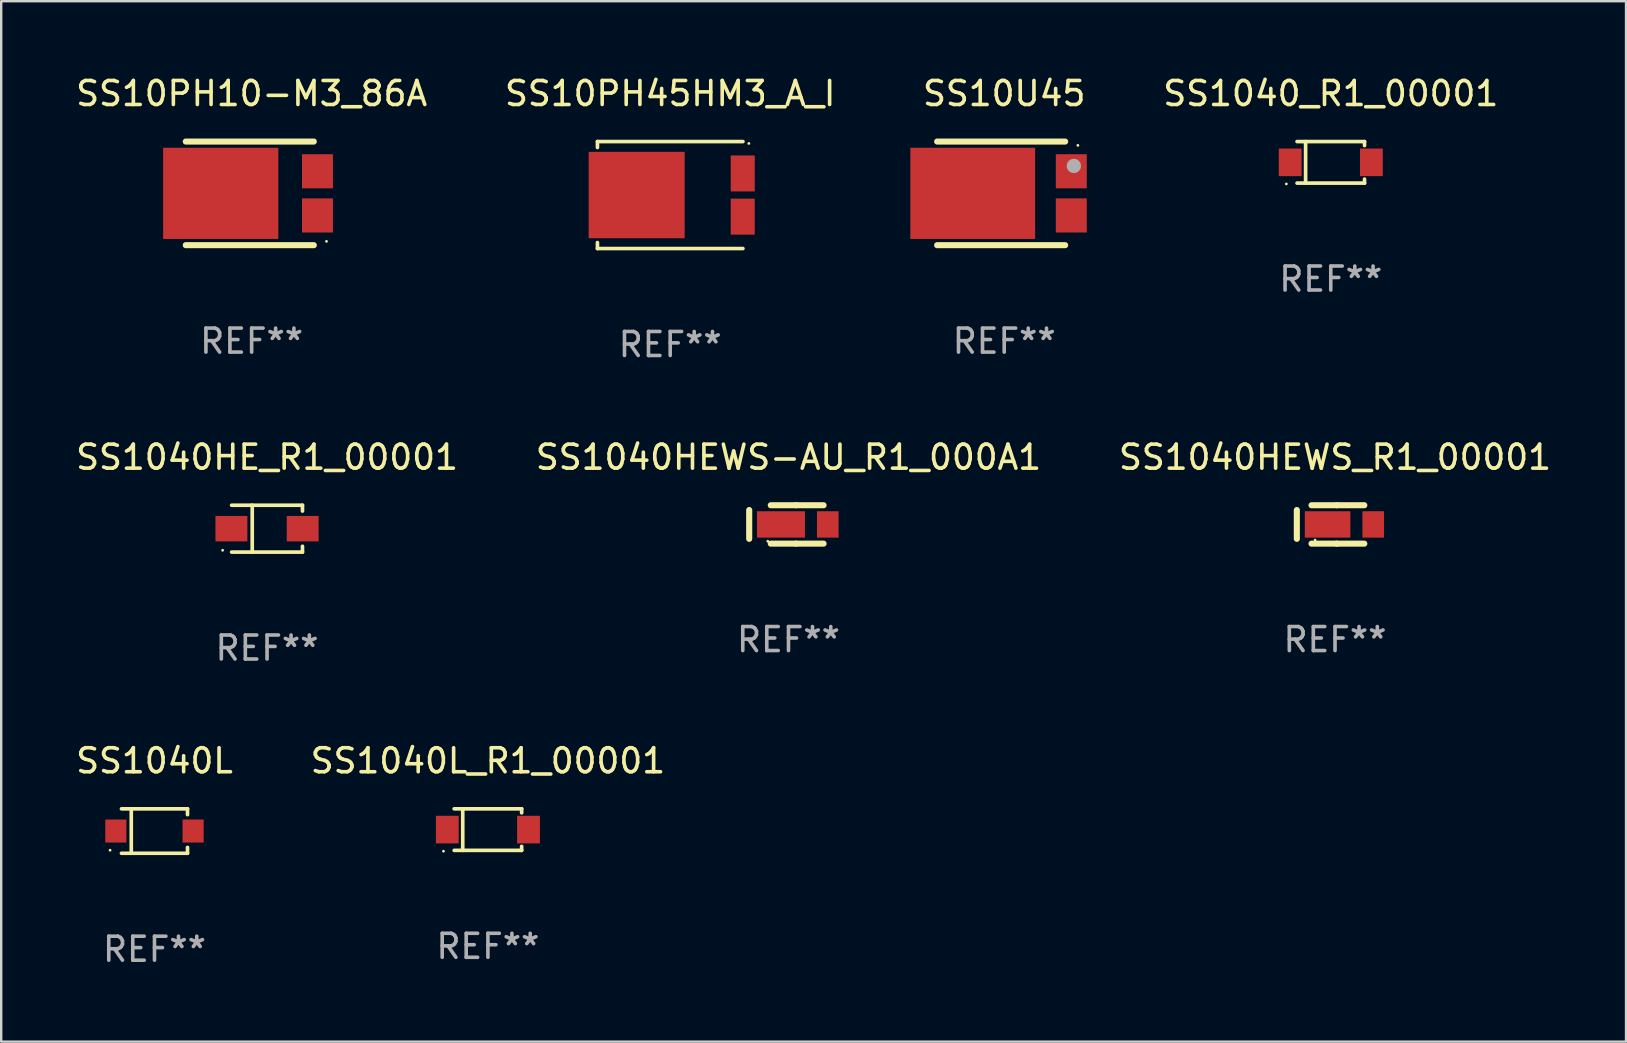
<source format=kicad_pcb>
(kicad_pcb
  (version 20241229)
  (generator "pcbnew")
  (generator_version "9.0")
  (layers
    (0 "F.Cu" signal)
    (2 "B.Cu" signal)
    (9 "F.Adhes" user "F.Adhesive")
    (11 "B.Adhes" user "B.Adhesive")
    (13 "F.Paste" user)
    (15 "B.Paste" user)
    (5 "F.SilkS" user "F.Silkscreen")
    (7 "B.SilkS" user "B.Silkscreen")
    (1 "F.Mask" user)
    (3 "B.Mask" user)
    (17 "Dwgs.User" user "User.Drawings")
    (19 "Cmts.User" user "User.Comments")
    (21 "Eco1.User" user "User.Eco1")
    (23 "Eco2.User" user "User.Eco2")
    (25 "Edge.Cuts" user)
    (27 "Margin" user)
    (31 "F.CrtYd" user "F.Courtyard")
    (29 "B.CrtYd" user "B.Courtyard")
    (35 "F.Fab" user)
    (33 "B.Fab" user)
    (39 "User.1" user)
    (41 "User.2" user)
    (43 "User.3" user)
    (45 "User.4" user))
  (footprint "SS10PH10-M3_86A"
    (layer "F.Cu")
    (at 7.435 5.007)
    (property "Reference" "SS10PH10-M3_86A" (at 0 -4.159 0) (layer "F.SilkS") (effects (font (size 1 1) (thickness 0.15))))
    (attr through_hole)
    (fp_line (start -2.744 2.159) (end 2.59 2.159) (stroke (width 0.254) (type solid)) (layer "F.SilkS"))
    (fp_line (start 2.59 -2.159) (end -2.744 -2.159) (stroke (width 0.254) (type solid)) (layer "F.SilkS"))
    (fp_circle (center 3.119 2) (end 3.149 2) (stroke (width 0.06) (type solid)) (fill no) (layer "F.SilkS"))
    (fp_text user "REF**" (at 0 6.159 0) (layer "F.Fab") (effects (font (size 1 1) (thickness 0.15))))
    (pad "1" smd rect (at 2.744 0.92) (size 1.29 1.422) (layers "F.Cu" "F.Mask" "F.Paste"))
    (pad "2" smd rect (at -1.288 0 90) (size 3.8 4.8) (layers "F.Cu" "F.Mask" "F.Paste"))
    (pad "3" smd rect (at 2.744 -0.92) (size 1.29 1.422) (layers "F.Cu" "F.Mask" "F.Paste")))
  (footprint "SS1040HEWS-AU_R1_000A1"
    (layer "F.Cu")
    (at 29.804 18.802)
    (property "Reference" "SS1040HEWS-AU_R1_000A1" (at 0 -2.8 0) (layer "F.SilkS") (effects (font (size 1 1) (thickness 0.15))))
    (attr through_hole)
    (fp_line (start -1.637 -0.6) (end -1.637 0.6) (stroke (width 0.254) (type solid)) (layer "F.SilkS"))
    (fp_line (start -0.738 -0.8) (end 0.314 -0.8) (stroke (width 0.254) (type solid)) (layer "F.SilkS"))
    (fp_line (start -0.738 0.8) (end 0.314 0.8) (stroke (width 0.254) (type solid)) (layer "F.SilkS"))
    (fp_line (start 0.314 0.8) (end 1.462 0.8) (stroke (width 0.254) (type solid)) (layer "F.SilkS"))
    (fp_line (start 0.314 -0.8) (end 1.462 -0.8) (stroke (width 0.254) (type solid)) (layer "F.SilkS"))
    (fp_circle (center -0.862 0.7) (end -0.832 0.7) (stroke (width 0.06) (type solid)) (fill no) (layer "F.SilkS"))
    (fp_text user "REF**" (at 0 4.8 0) (layer "F.Fab") (effects (font (size 1 1) (thickness 0.15))))
    (pad "1" smd rect (at -0.313 -0.000064) (size 2 1.1) (layers "F.Cu" "F.Mask" "F.Paste"))
    (pad "2" smd rect (at 1.637 -0.000064) (size 0.9 1.1) (layers "F.Cu" "F.Mask" "F.Paste")))
  (footprint "SS10PH45HM3_A_I"
    (layer "F.Cu")
    (at 24.875 5.077)
    (property "Reference" "SS10PH45HM3_A_I" (at 0 -4.229 0) (layer "F.SilkS") (effects (font (size 1 1) (thickness 0.15))))
    (attr through_hole)
    (fp_line (start -3.031 -2.229) (end -3.031 -1.98) (stroke (width 0.152) (type solid)) (layer "F.SilkS"))
    (fp_line (start -3.031 1.98) (end -3.031 2.229) (stroke (width 0.152) (type solid)) (layer "F.SilkS"))
    (fp_line (start 3.031 -2.229) (end -3.031 -2.229) (stroke (width 0.152) (type solid)) (layer "F.SilkS"))
    (fp_line (start 3.031 2.229) (end -3.031 2.229) (stroke (width 0.152) (type solid)) (layer "F.SilkS"))
    (fp_circle (center 3.278 -2.15) (end 3.308 -2.15) (stroke (width 0.06) (type solid)) (fill no) (layer "F.SilkS"))
    (fp_text user "REF**" (at 0 6.229 0) (layer "F.Fab") (effects (font (size 1 1) (thickness 0.15))))
    (pad "1" smd rect (at 3.023 -0.9) (size 1 1.5) (layers "F.Cu" "F.Mask" "F.Paste"))
    (pad "2" smd rect (at 3.023 0.9) (size 1 1.5) (layers "F.Cu" "F.Mask" "F.Paste"))
    (pad "3" smd rect (at -1.397 0) (size 4 3.6) (layers "F.Cu" "F.Mask" "F.Paste")))
  (footprint "SS1040_R1_00001"
    (layer "F.Cu")
    (at 52.4 3.714)
    (property "Reference" "SS1040_R1_00001" (at 0 -2.866 0) (layer "F.SilkS") (effects (font (size 1 1) (thickness 0.15))))
    (attr through_hole)
    (fp_line (start -1.406 -0.866) (end 1.406 -0.866) (stroke (width 0.152) (type solid)) (layer "F.SilkS"))
    (fp_line (start -1.406 0.866) (end 1.406 0.866) (stroke (width 0.152) (type solid)) (layer "F.SilkS"))
    (fp_line (start -1.049 -0.866) (end -1.049 0.866) (stroke (width 0.152) (type solid)) (layer "F.SilkS"))
    (fp_line (start 1.406 -0.866) (end 1.406 -0.698) (stroke (width 0.152) (type solid)) (layer "F.SilkS"))
    (fp_line (start 1.406 0.866) (end 1.406 0.698) (stroke (width 0.152) (type solid)) (layer "F.SilkS"))
    (fp_circle (center -1.851 0.9) (end -1.821 0.9) (stroke (width 0.06) (type solid)) (fill no) (layer "F.SilkS"))
    (fp_text user "REF**" (at 0 4.866 0) (layer "F.Fab") (effects (font (size 1 1) (thickness 0.15))))
    (pad "1" smd rect (at -1.692 0) (size 0.95 1.15) (layers "F.Cu" "F.Mask" "F.Paste"))
    (pad "2" smd rect (at 1.692 0) (size 0.95 1.15) (layers "F.Cu" "F.Mask" "F.Paste")))
  (footprint "SS1040L"
    (layer "F.Cu")
    (at 3.387 31.577)
    (property "Reference" "SS1040L" (at 0 -2.926 0) (layer "F.SilkS") (effects (font (size 1 1) (thickness 0.15))))
    (attr through_hole)
    (fp_line (start -1.376 -0.926) (end 1.376 -0.926) (stroke (width 0.152) (type solid)) (layer "F.SilkS"))
    (fp_line (start -1.376 0.926) (end 1.376 0.926) (stroke (width 0.152) (type solid)) (layer "F.SilkS"))
    (fp_line (start -0.967 -0.926) (end -0.967 0.926) (stroke (width 0.152) (type solid)) (layer "F.SilkS"))
    (fp_line (start 1.376 -0.926) (end 1.376 -0.683) (stroke (width 0.152) (type solid)) (layer "F.SilkS"))
    (fp_line (start 1.376 0.926) (end 1.376 0.683) (stroke (width 0.152) (type solid)) (layer "F.SilkS"))
    (fp_circle (center -1.85 0.8) (end -1.82 0.8) (stroke (width 0.06) (type solid)) (fill no) (layer "F.SilkS"))
    (fp_text user "REF**" (at 0 4.926 0) (layer "F.Fab") (effects (font (size 1 1) (thickness 0.15))))
    (pad "1" smd rect (at -1.61 0) (size 0.88 0.96) (layers "F.Cu" "F.Mask" "F.Paste"))
    (pad "2" smd rect (at 1.61 0) (size 0.88 0.96) (layers "F.Cu" "F.Mask" "F.Paste")))
  (footprint "SS10U45"
    (layer "F.Cu")
    (at 38.793 5.007)
    (property "Reference" "SS10U45" (at 0 -4.159 0) (layer "F.SilkS") (effects (font (size 1 1) (thickness 0.15))))
    (attr through_hole)
    (fp_line (start -2.795 2.159) (end 2.539 2.159) (stroke (width 0.254) (type solid)) (layer "F.SilkS"))
    (fp_line (start 2.539 -2.159) (end -2.795 -2.159) (stroke (width 0.254) (type solid)) (layer "F.SilkS"))
    (fp_circle (center 3.069 -2) (end 3.099 -2) (stroke (width 0.06) (type solid)) (fill no) (layer "F.SilkS"))
    (fp_circle (center 2.901 -1.143) (end 3.051 -1.143) (stroke (width 0.3) (type solid)) (fill no) (layer "F.Fab"))
    (fp_text user "REF**" (at 0 6.159 0) (layer "F.Fab") (effects (font (size 1 1) (thickness 0.15))))
    (pad "1" smd rect (at 2.795 -0.92) (size 1.29 1.422) (layers "F.Cu" "F.Mask" "F.Paste"))
    (pad "2" smd rect (at 2.795 0.92) (size 1.29 1.422) (layers "F.Cu" "F.Mask" "F.Paste"))
    (pad "3" smd rect (at -1.312 0) (size 5.2 3.8) (layers "F.Cu" "F.Mask" "F.Paste")))
  (footprint "SS1040HEWS_R1_00001"
    (layer "F.Cu")
    (at 52.577 18.802)
    (property "Reference" "SS1040HEWS_R1_00001" (at 0 -2.8 0) (layer "F.SilkS") (effects (font (size 1 1) (thickness 0.15))))
    (attr through_hole)
    (fp_line (start -1.592 -0.6) (end -1.592 0.6) (stroke (width 0.254) (type solid)) (layer "F.SilkS"))
    (fp_line (start -0.98 -0.8) (end 0.071 -0.8) (stroke (width 0.254) (type solid)) (layer "F.SilkS"))
    (fp_line (start -0.98 0.8) (end 0.071 0.8) (stroke (width 0.254) (type solid)) (layer "F.SilkS"))
    (fp_line (start 0.071 0.8) (end 1.22 0.8) (stroke (width 0.254) (type solid)) (layer "F.SilkS"))
    (fp_line (start 0.071 -0.8) (end 1.22 -0.8) (stroke (width 0.254) (type solid)) (layer "F.SilkS"))
    (fp_circle (center -0.83 0.65) (end -0.8 0.65) (stroke (width 0.06) (type solid)) (fill no) (layer "F.SilkS"))
    (fp_text user "REF**" (at 0 4.8 0) (layer "F.Fab") (effects (font (size 1 1) (thickness 0.15))))
    (pad "1" smd rect (at -0.31 -0.000064) (size 1.9 1.1) (layers "F.Cu" "F.Mask" "F.Paste"))
    (pad "2" smd rect (at 1.592 -0.000064) (size 0.9 1.1) (layers "F.Cu" "F.Mask" "F.Paste")))
  (footprint "SS1040HE_R1_00001"
    (layer "F.Cu")
    (at 8.077 18.978)
    (property "Reference" "SS1040HE_R1_00001" (at 0 -2.976 0) (layer "F.SilkS") (effects (font (size 1 1) (thickness 0.15))))
    (attr through_hole)
    (fp_line (start -1.476 -0.976) (end 1.476 -0.976) (stroke (width 0.152) (type solid)) (layer "F.SilkS"))
    (fp_line (start -1.476 0.976) (end 1.476 0.976) (stroke (width 0.152) (type solid)) (layer "F.SilkS"))
    (fp_line (start -0.617 -0.976) (end -0.617 0.976) (stroke (width 0.152) (type solid)) (layer "F.SilkS"))
    (fp_line (start 1.476 -0.976) (end 1.476 -0.733) (stroke (width 0.152) (type solid)) (layer "F.SilkS"))
    (fp_line (start 1.476 0.976) (end 1.476 0.733) (stroke (width 0.152) (type solid)) (layer "F.SilkS"))
    (fp_circle (center -1.85 0.9) (end -1.82 0.9) (stroke (width 0.06) (type solid)) (fill no) (layer "F.SilkS"))
    (fp_text user "REF**" (at 0 4.976 0) (layer "F.Fab") (effects (font (size 1 1) (thickness 0.15))))
    (pad "1" smd rect (at -1.485 0) (size 1.33 1.06) (layers "F.Cu" "F.Mask" "F.Paste"))
    (pad "2" smd rect (at 1.485 0) (size 1.33 1.06) (layers "F.Cu" "F.Mask" "F.Paste")))
  (footprint "SS1040L_R1_00001"
    (layer "F.Cu")
    (at 17.28 31.517)
    (property "Reference" "SS1040L_R1_00001" (at 0 -2.866 0) (layer "F.SilkS") (effects (font (size 1 1) (thickness 0.15))))
    (attr through_hole)
    (fp_line (start -1.406 -0.866) (end 1.406 -0.866) (stroke (width 0.152) (type solid)) (layer "F.SilkS"))
    (fp_line (start -1.406 0.866) (end 1.406 0.866) (stroke (width 0.152) (type solid)) (layer "F.SilkS"))
    (fp_line (start -1.049 -0.866) (end -1.049 0.866) (stroke (width 0.152) (type solid)) (layer "F.SilkS"))
    (fp_line (start 1.406 -0.866) (end 1.406 -0.698) (stroke (width 0.152) (type solid)) (layer "F.SilkS"))
    (fp_line (start 1.406 0.866) (end 1.406 0.698) (stroke (width 0.152) (type solid)) (layer "F.SilkS"))
    (fp_circle (center -1.851 0.9) (end -1.821 0.9) (stroke (width 0.06) (type solid)) (fill no) (layer "F.SilkS"))
    (fp_text user "REF**" (at 0 4.866 0) (layer "F.Fab") (effects (font (size 1 1) (thickness 0.15))))
    (pad "1" smd rect (at -1.692 0) (size 0.95 1.15) (layers "F.Cu" "F.Mask" "F.Paste"))
    (pad "2" smd rect (at 1.692 0) (size 0.95 1.15) (layers "F.Cu" "F.Mask" "F.Paste")))
  (gr_rect
    (start -3 -3)
    (end 64.702 40.352)
    (stroke (width 0.1) (type default))
    (fill no)
    (layer "Edge.Cuts")))
</source>
